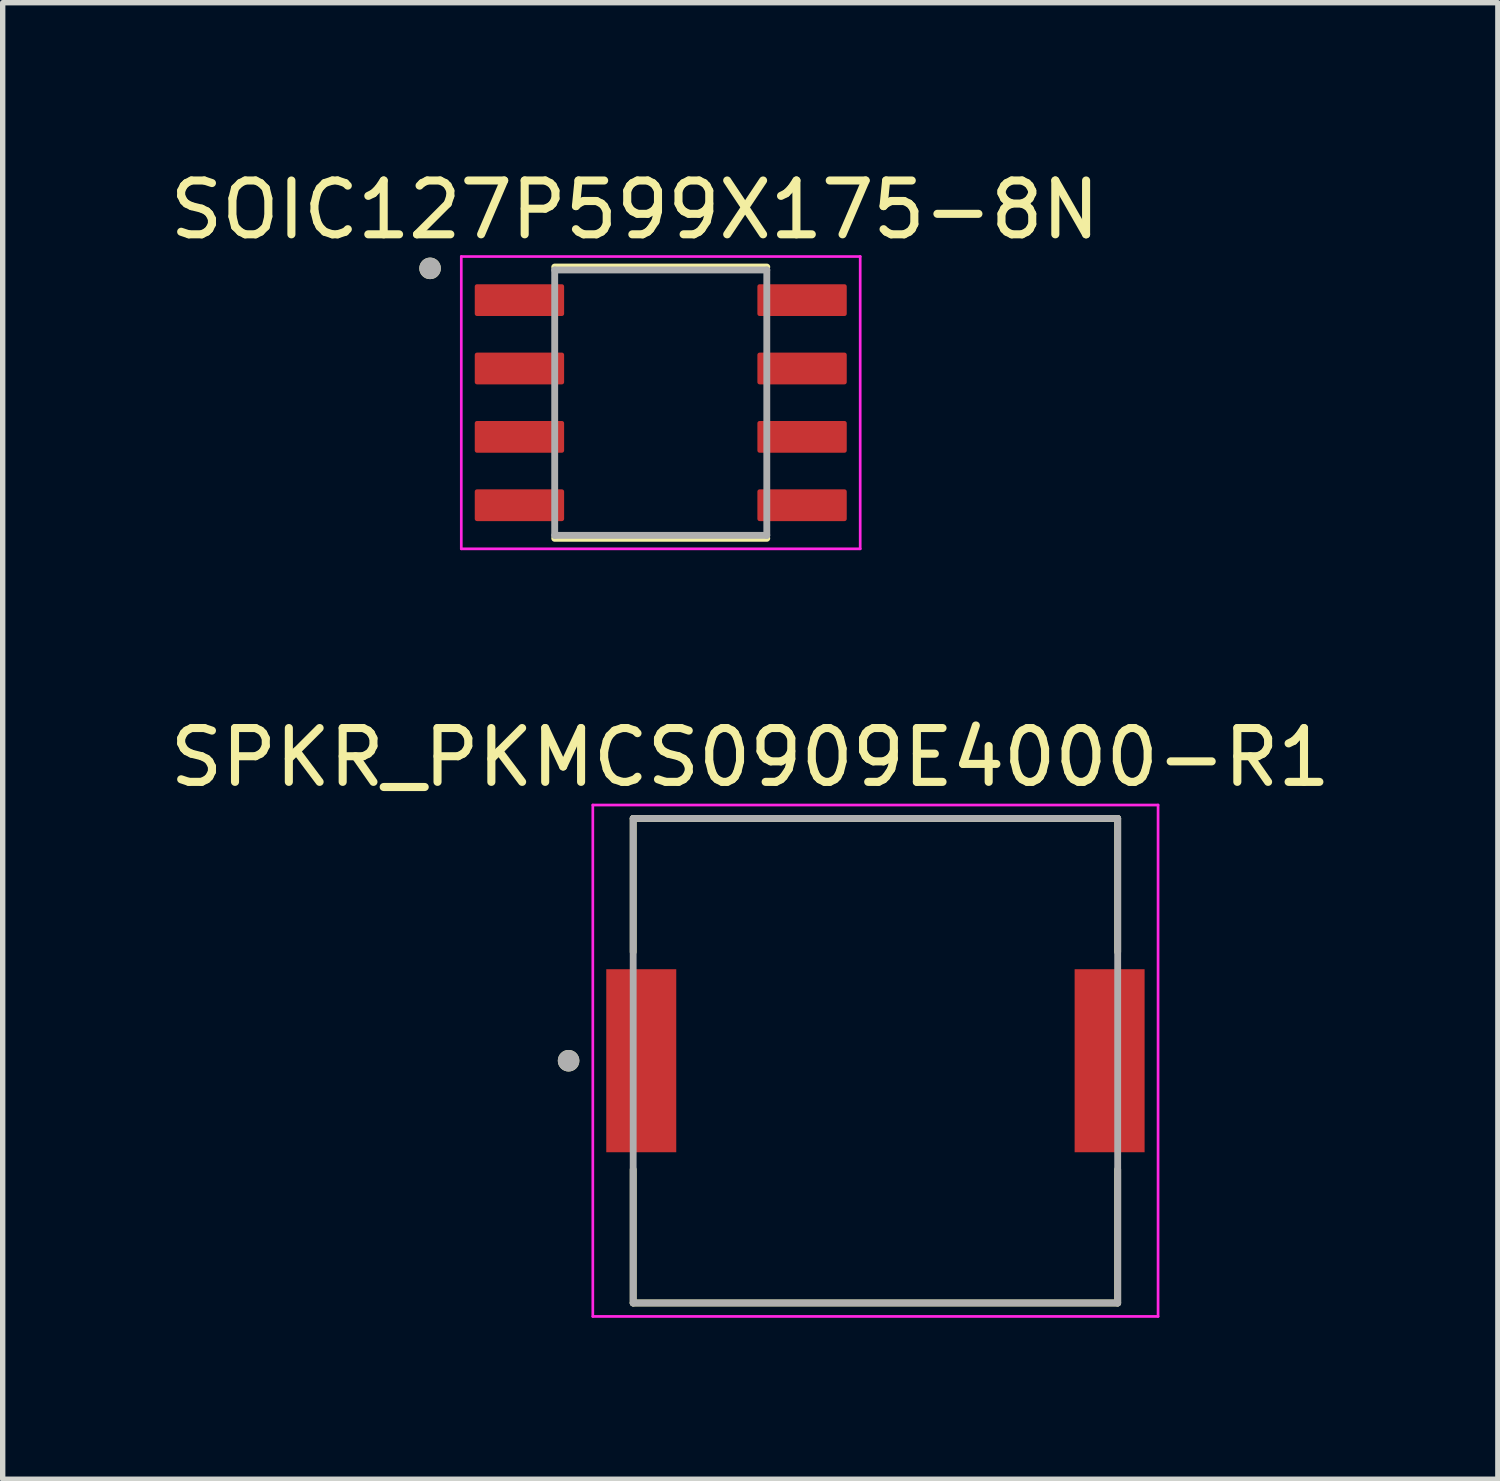
<source format=kicad_pcb>
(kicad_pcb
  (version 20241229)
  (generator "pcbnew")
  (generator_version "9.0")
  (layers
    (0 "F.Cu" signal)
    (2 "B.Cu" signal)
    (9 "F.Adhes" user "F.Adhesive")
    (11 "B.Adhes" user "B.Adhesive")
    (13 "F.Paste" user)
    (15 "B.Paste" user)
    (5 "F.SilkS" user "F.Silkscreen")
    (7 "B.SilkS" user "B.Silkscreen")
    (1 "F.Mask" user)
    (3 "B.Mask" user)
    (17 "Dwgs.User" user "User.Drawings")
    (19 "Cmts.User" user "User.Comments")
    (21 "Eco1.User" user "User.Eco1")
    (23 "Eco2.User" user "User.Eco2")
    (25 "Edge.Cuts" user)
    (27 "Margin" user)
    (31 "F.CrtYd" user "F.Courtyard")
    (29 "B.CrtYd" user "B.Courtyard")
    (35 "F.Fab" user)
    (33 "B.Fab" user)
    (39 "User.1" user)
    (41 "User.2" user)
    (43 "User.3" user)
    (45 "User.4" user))
  (footprint "SOIC127P599X175-8N"
    (layer "F.Cu")
    (at 9.224 4.43)
    (property "Reference" "SOIC127P599X175-8N" (at -0.48 -3.582 0) (layer "F.SilkS") (effects (font (size 1 1) (thickness 0.15))))
    (attr smd)
    (fp_line (start -1.97 -2.52) (end 1.97 -2.52) (stroke (width 0.127) (type solid)) (layer "F.SilkS"))
    (fp_line (start -1.97 2.52) (end 1.97 2.52) (stroke (width 0.127) (type solid)) (layer "F.SilkS"))
    (fp_circle (center -4.285 -2.495) (end -4.185 -2.495) (stroke (width 0.2) (type solid)) (fill no) (layer "F.SilkS"))
    (fp_line (start -3.705 -2.715) (end -3.705 2.715) (stroke (width 0.05) (type solid)) (layer "F.CrtYd"))
    (fp_line (start -3.705 -2.715) (end 3.705 -2.715) (stroke (width 0.05) (type solid)) (layer "F.CrtYd"))
    (fp_line (start -3.705 2.715) (end 3.705 2.715) (stroke (width 0.05) (type solid)) (layer "F.CrtYd"))
    (fp_line (start 3.705 -2.715) (end 3.705 2.715) (stroke (width 0.05) (type solid)) (layer "F.CrtYd"))
    (fp_line (start -1.97 -2.465) (end -1.97 2.465) (stroke (width 0.127) (type solid)) (layer "F.Fab"))
    (fp_line (start -1.97 -2.465) (end 1.97 -2.465) (stroke (width 0.127) (type solid)) (layer "F.Fab"))
    (fp_line (start -1.97 2.465) (end 1.97 2.465) (stroke (width 0.127) (type solid)) (layer "F.Fab"))
    (fp_line (start 1.97 -2.465) (end 1.97 2.465) (stroke (width 0.127) (type solid)) (layer "F.Fab"))
    (fp_circle (center -4.285 -2.495) (end -4.185 -2.495) (stroke (width 0.2) (type solid)) (fill no) (layer "F.Fab"))
    (pad "1" smd roundrect (at -2.625 -1.905) (size 1.66 0.59) (layers "F.Cu" "F.Mask" "F.Paste") (roundrect_rratio 0.07))
    (pad "2" smd roundrect (at -2.625 -0.635) (size 1.66 0.59) (layers "F.Cu" "F.Mask" "F.Paste") (roundrect_rratio 0.07))
    (pad "3" smd roundrect (at -2.625 0.635) (size 1.66 0.59) (layers "F.Cu" "F.Mask" "F.Paste") (roundrect_rratio 0.07))
    (pad "4" smd roundrect (at -2.625 1.905) (size 1.66 0.59) (layers "F.Cu" "F.Mask" "F.Paste") (roundrect_rratio 0.07))
    (pad "5" smd roundrect (at 2.625 1.905) (size 1.66 0.59) (layers "F.Cu" "F.Mask" "F.Paste") (roundrect_rratio 0.07))
    (pad "6" smd roundrect (at 2.625 0.635) (size 1.66 0.59) (layers "F.Cu" "F.Mask" "F.Paste") (roundrect_rratio 0.07))
    (pad "7" smd roundrect (at 2.625 -0.635) (size 1.66 0.59) (layers "F.Cu" "F.Mask" "F.Paste") (roundrect_rratio 0.07))
    (pad "8" smd roundrect (at 2.625 -1.905) (size 1.66 0.59) (layers "F.Cu" "F.Mask" "F.Paste") (roundrect_rratio 0.07)))
  (footprint "SPKR_PKMCS0909E4000-R1"
    (layer "F.Cu")
    (at 13.212 16.654)
    (property "Reference" "SPKR_PKMCS0909E4000-R1" (at -2.325 -5.635 0) (layer "F.SilkS") (effects (font (size 1 1) (thickness 0.15))))
    (attr smd)
    (fp_line (start -4.5 -4.5) (end 4.5 -4.5) (stroke (width 0.127) (type solid)) (layer "F.SilkS"))
    (fp_line (start -4.5 -2.02) (end -4.5 -4.5) (stroke (width 0.127) (type solid)) (layer "F.SilkS"))
    (fp_line (start -4.5 4.5) (end -4.5 2.02) (stroke (width 0.127) (type solid)) (layer "F.SilkS"))
    (fp_line (start 4.5 -4.5) (end 4.5 -2.02) (stroke (width 0.127) (type solid)) (layer "F.SilkS"))
    (fp_line (start 4.5 2.02) (end 4.5 4.5) (stroke (width 0.127) (type solid)) (layer "F.SilkS"))
    (fp_line (start 4.5 4.5) (end -4.5 4.5) (stroke (width 0.127) (type solid)) (layer "F.SilkS"))
    (fp_circle (center -5.7 0) (end -5.6 0) (stroke (width 0.2) (type solid)) (fill no) (layer "F.SilkS"))
    (fp_line (start -5.25 -4.75) (end -5.25 4.75) (stroke (width 0.05) (type solid)) (layer "F.CrtYd"))
    (fp_line (start -5.25 4.75) (end 5.25 4.75) (stroke (width 0.05) (type solid)) (layer "F.CrtYd"))
    (fp_line (start 5.25 -4.75) (end -5.25 -4.75) (stroke (width 0.05) (type solid)) (layer "F.CrtYd"))
    (fp_line (start 5.25 4.75) (end 5.25 -4.75) (stroke (width 0.05) (type solid)) (layer "F.CrtYd"))
    (fp_line (start -4.5 -4.5) (end 4.5 -4.5) (stroke (width 0.127) (type solid)) (layer "F.Fab"))
    (fp_line (start -4.5 4.5) (end -4.5 -4.5) (stroke (width 0.127) (type solid)) (layer "F.Fab"))
    (fp_line (start 4.5 -4.5) (end 4.5 4.5) (stroke (width 0.127) (type solid)) (layer "F.Fab"))
    (fp_line (start 4.5 4.5) (end -4.5 4.5) (stroke (width 0.127) (type solid)) (layer "F.Fab"))
    (fp_circle (center -5.7 0) (end -5.6 0) (stroke (width 0.2) (type solid)) (fill no) (layer "F.Fab"))
    (pad "1" smd rect (at -4.35 0) (size 1.3 3.4) (layers "F.Cu" "F.Mask" "F.Paste"))
    (pad "2" smd rect (at 4.35 0) (size 1.3 3.4) (layers "F.Cu" "F.Mask" "F.Paste")))
  (gr_rect
    (start -3 -3)
    (end 24.774 24.428)
    (stroke (width 0.1) (type default))
    (fill no)
    (layer "Edge.Cuts")))
</source>
